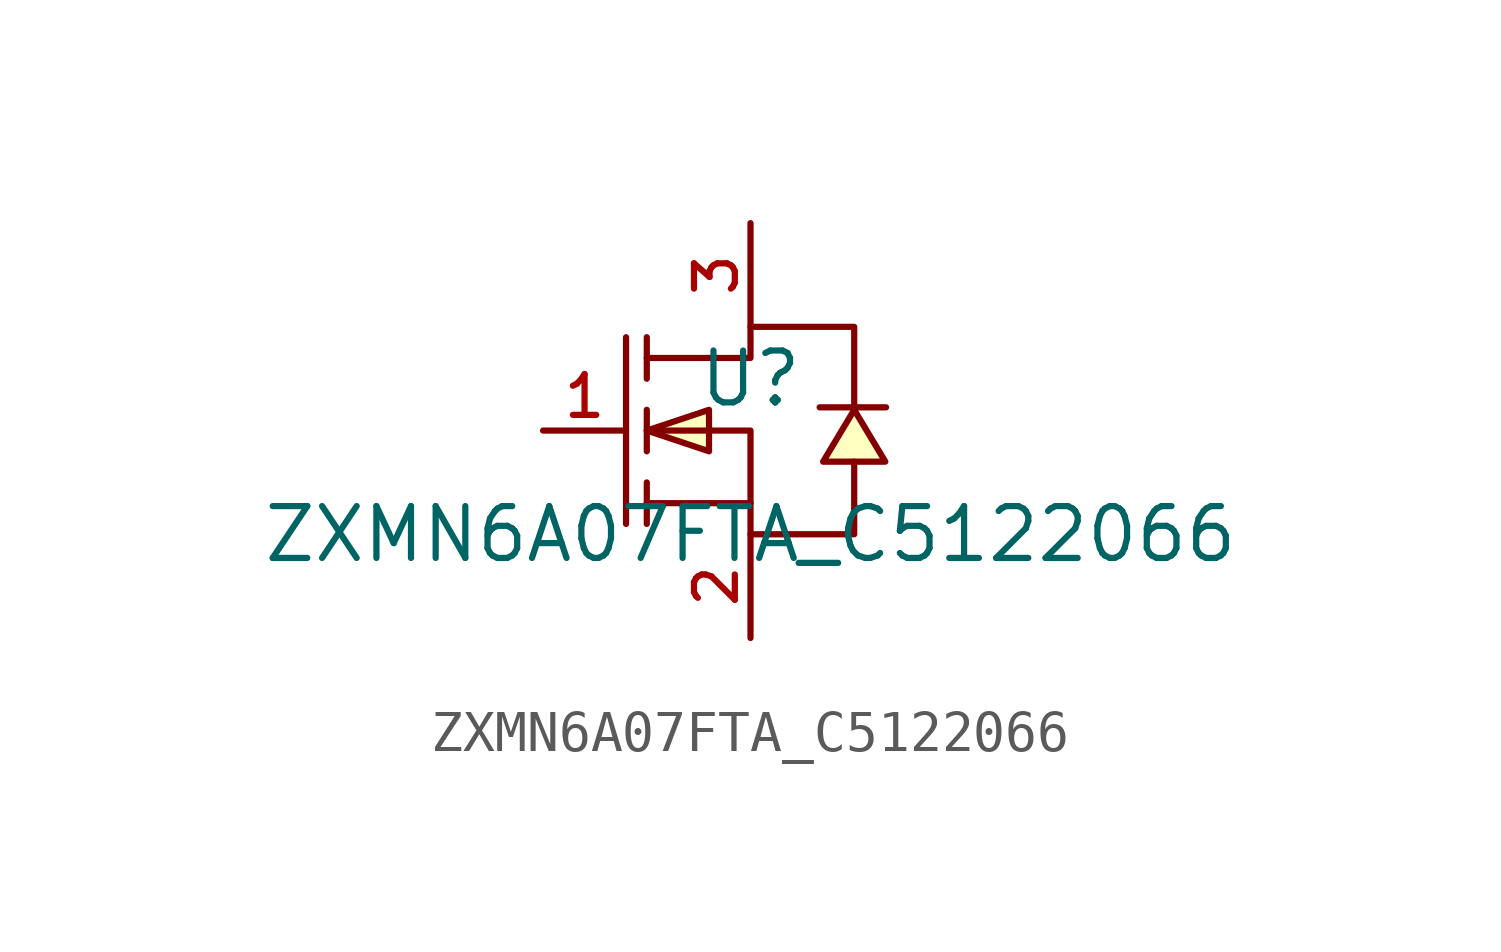
<source format=kicad_sym>
(kicad_symbol_lib
  (version 20210201)
  (generator TousstNicolas/JLC2KiCad_lib)
  (symbol "ZXMN6A07FTA_C5122066"
    (pin_names hide)
    (property "Reference" "U"
      (at 0 1.27 0)
      (effects (font (size 1.27 1.27))))
    (property "Value" "ZXMN6A07FTA_C5122066"
      (at 0 -2.54 0)
      (effects (font (size 1.27 1.27))))
    (symbol "ZXMN6A07FTA_C5122066_0_1"
      (polyline (pts (xy 1.694 0.569) (xy 3.32 0.569)) (stroke (width 0) (type default) (color 0 0 0 0)) (fill (type none)))
      (pin unspecified line (at 0.0 -5.08 90) (length 2.54) (name "S" (effects (font (size 1 1)))) (number "2" (effects (font (size 1 1)))))
      (pin unspecified line (at -5.08 -0.0 0) (length 2.032) (name "G" (effects (font (size 1 1)))) (number "1" (effects (font (size 1 1)))))
      (pin unspecified line (at 0.0 5.08 270) (length 2.54) (name "D" (effects (font (size 1 1)))) (number "3" (effects (font (size 1 1)))))
      (polyline (pts (xy -2.54 -2.286) (xy -2.54 -1.27)) (stroke (width 0) (type default) (color 0 0 0 0)) (fill (type none)))
      (polyline (pts (xy -2.54 -0.508) (xy -2.54 0.508)) (stroke (width 0) (type default) (color 0 0 0 0)) (fill (type none)))
      (polyline (pts (xy -2.54 2.286) (xy -2.54 1.27)) (stroke (width 0) (type default) (color 0 0 0 0)) (fill (type none)))
      (polyline (pts (xy -3.048 2.286) (xy -3.048 -2.286)) (stroke (width 0) (type default) (color 0 0 0 0)) (fill (type none)))
      (polyline (pts (xy 0.0 -1.778) (xy -2.54 -1.778)) (stroke (width 0) (type default) (color 0 0 0 0)) (fill (type none)))
      (polyline (pts (xy -2.54 -0.0) (xy 0.0 -0.0) (xy 0.0 -2.54) (xy 2.54 -2.54) (xy 2.54 -0.762)) (stroke (width 0) (type default) (color 0 0 0 0)) (fill (type none)))
      (polyline (pts (xy -2.54 1.778) (xy 0.0 1.778) (xy 0.0 2.54) (xy 2.54 2.54) (xy 2.54 0.508)) (stroke (width 0) (type default) (color 0 0 0 0)) (fill (type none)))
      (polyline (pts (xy 2.54 0.508) (xy 1.778 -0.762) (xy 3.302 -0.762) (xy 2.54 0.508)) (stroke (width 0) (type default) (color 0 0 0 0)) (fill (type background)))
      (polyline (pts (xy -2.54 -0.0) (xy -1.016 -0.508) (xy -1.016 0.508) (xy -2.54 -0.0)) (stroke (width 0) (type default) (color 0 0 0 0)) (fill (type background))))))
</source>
